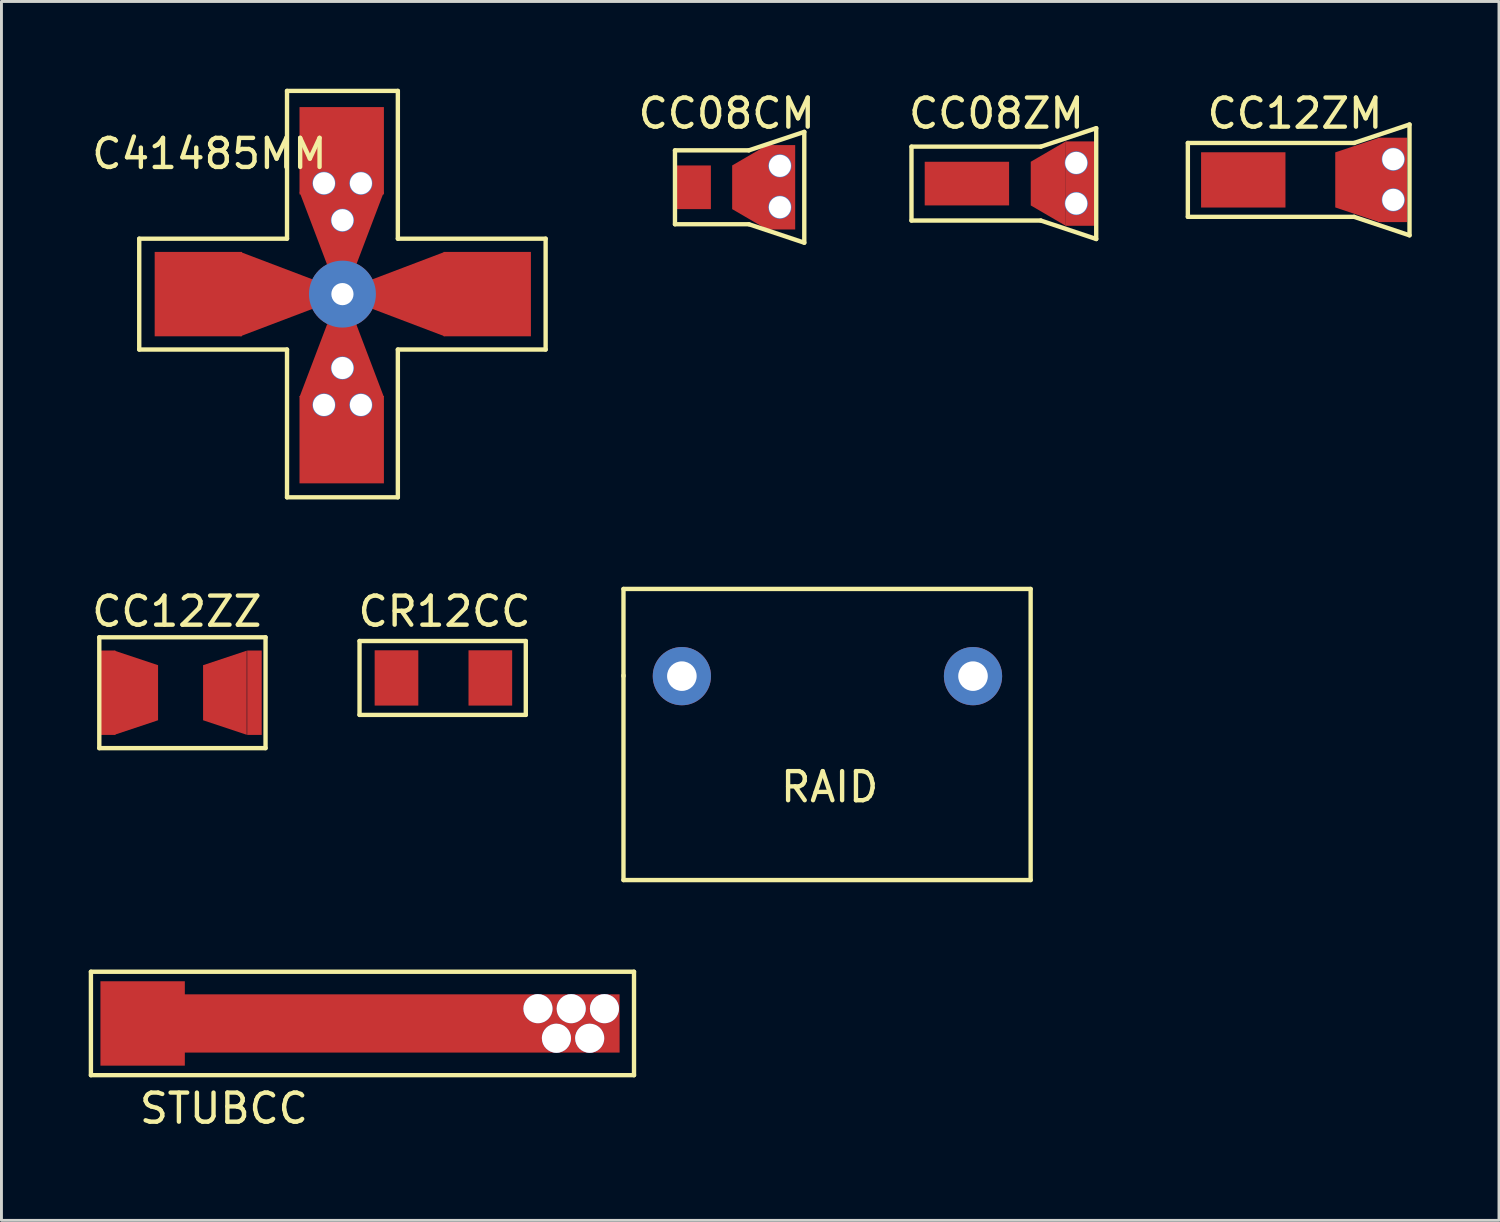
<source format=kicad_pcb>
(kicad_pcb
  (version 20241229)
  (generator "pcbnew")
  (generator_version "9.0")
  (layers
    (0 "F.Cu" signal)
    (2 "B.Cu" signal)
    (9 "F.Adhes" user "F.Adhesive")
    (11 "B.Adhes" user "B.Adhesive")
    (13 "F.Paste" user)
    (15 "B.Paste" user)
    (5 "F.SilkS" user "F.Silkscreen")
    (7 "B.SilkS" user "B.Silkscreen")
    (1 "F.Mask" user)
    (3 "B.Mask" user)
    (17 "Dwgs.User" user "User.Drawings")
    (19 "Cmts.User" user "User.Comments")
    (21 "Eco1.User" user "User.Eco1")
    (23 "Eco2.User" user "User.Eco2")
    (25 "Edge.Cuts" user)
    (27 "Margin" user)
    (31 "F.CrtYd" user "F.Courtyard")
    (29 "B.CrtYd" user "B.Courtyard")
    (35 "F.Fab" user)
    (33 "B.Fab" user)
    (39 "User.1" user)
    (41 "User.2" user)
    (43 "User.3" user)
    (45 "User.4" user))
  (footprint "RAID"
    (layer "F.Cu")
    (at 26.104 22.097)
    (property "Reference" "RAID" (at -0.635 1.905 0) (layer "F.SilkS") (effects (font (size 1 1) (thickness 0.15))))
    (attr through_hole)
    (fp_line (start -7.722 -4.902) (end 6.274 -4.902) (stroke (width 0.15) (type solid)) (layer "F.SilkS"))
    (fp_line (start -7.722 -1.905) (end -7.722 -4.902) (stroke (width 0.15) (type solid)) (layer "F.SilkS"))
    (fp_line (start -7.722 5.105) (end -7.722 -1.93) (stroke (width 0.15) (type solid)) (layer "F.SilkS"))
    (fp_line (start 6.274 -4.902) (end 6.274 5.105) (stroke (width 0.15) (type solid)) (layer "F.SilkS"))
    (fp_line (start 6.274 5.105) (end -7.722 5.105) (stroke (width 0.15) (type solid)) (layer "F.SilkS"))
    (pad "" thru_hole circle (at -5.715 -1.905) (size 2.002 2.002) (drill 1.016) (layers "*.Cu" "*.Mask"))
    (pad "" thru_hole circle (at 4.293 -1.905) (size 2.002 2.002) (drill 1.016) (layers "*.Cu" "*.Mask")))
  (footprint "STUBCC"
    (layer "F.Cu")
    (at 9.473 32.131)
    (property "Reference" "STUBCC" (at -4.826 2.921 0) (layer "F.SilkS") (effects (font (size 1 1) (thickness 0.15))))
    (attr through_hole)
    (fp_line (start -9.398 -1.778) (end -9.398 1.778) (stroke (width 0.15) (type solid)) (layer "F.SilkS"))
    (fp_line (start -9.398 1.778) (end 9.271 1.778) (stroke (width 0.15) (type solid)) (layer "F.SilkS"))
    (fp_line (start 9.271 -1.778) (end -9.398 -1.778) (stroke (width 0.15) (type solid)) (layer "F.SilkS"))
    (fp_line (start 9.271 -1.778) (end 9.271 1.778) (stroke (width 0.15) (type solid)) (layer "F.SilkS"))
    (pad "1" smd rect (at -7.62 0) (size 2.901 2.901) (layers "F.Cu" "F.Mask" "F.Paste"))
    (pad "2" smd rect (at 1.27 0) (size 15.011 2.002) (layers "F.Cu" "F.Mask" "F.Paste"))
    (pad "2" thru_hole circle (at 5.969 -0.508) (size 1.001 1.001) (drill 1.016) (layers "*.Cu" "*.Mask"))
    (pad "2" thru_hole circle (at 6.604 0.508) (size 1.001 1.001) (drill 1.016) (layers "*.Cu" "*.Mask"))
    (pad "2" thru_hole circle (at 7.112 -0.508) (size 1.001 1.001) (drill 1.016) (layers "*.Cu" "*.Mask"))
    (pad "2" thru_hole circle (at 7.747 0.508) (size 1.001 1.001) (drill 1.016) (layers "*.Cu" "*.Mask"))
    (pad "2" thru_hole circle (at 8.255 -0.508) (size 1.001 1.001) (drill 1.016) (layers "*.Cu" "*.Mask")))
  (footprint "CR12CC"
    (layer "F.Cu")
    (at 11.849 20.254)
    (property "Reference" "CR12CC" (at 0.381 -2.286 0) (layer "F.SilkS") (effects (font (size 1 1) (thickness 0.15))))
    (attr through_hole)
    (fp_line (start -2.54 -1.27) (end 3.175 -1.27) (stroke (width 0.15) (type solid)) (layer "F.SilkS"))
    (fp_line (start -2.54 1.27) (end -2.54 -1.27) (stroke (width 0.15) (type solid)) (layer "F.SilkS"))
    (fp_line (start 3.175 -1.27) (end 3.175 1.27) (stroke (width 0.15) (type solid)) (layer "F.SilkS"))
    (fp_line (start 3.175 1.27) (end -2.54 1.27) (stroke (width 0.15) (type solid)) (layer "F.SilkS"))
    (pad "1" smd rect (at -1.27 0) (size 1.501 1.9) (layers "F.Cu" "F.Mask" "F.Paste"))
    (pad "2" smd rect (at 1.956 0) (size 1.501 1.9) (layers "F.Cu" "F.Mask" "F.Paste")))
  (footprint "CC08ZM"
    (layer "F.Cu")
    (at 32.727 3.261)
    (property "Reference" "CC08ZM" (at -1.524 -2.413 0) (layer "F.SilkS") (effects (font (size 1 1) (thickness 0.15))))
    (attr through_hole)
    (fp_line (start -4.445 -1.27) (end -4.445 1.27) (stroke (width 0.15) (type solid)) (layer "F.SilkS"))
    (fp_line (start -4.445 -1.27) (end 0 -1.27) (stroke (width 0.15) (type solid)) (layer "F.SilkS"))
    (fp_line (start -4.445 1.27) (end 0 1.27) (stroke (width 0.15) (type solid)) (layer "F.SilkS"))
    (fp_line (start 0 -1.27) (end 1.905 -1.905) (stroke (width 0.15) (type solid)) (layer "F.SilkS"))
    (fp_line (start 1.905 -1.905) (end 1.905 1.905) (stroke (width 0.15) (type solid)) (layer "F.SilkS"))
    (fp_line (start 1.905 1.905) (end 0 1.27) (stroke (width 0.15) (type solid)) (layer "F.SilkS"))
    (pad "1" smd rect (at -2.54 0) (size 2.901 1.501) (layers "F.Cu" "F.Mask" "F.Paste"))
    (pad "2" smd trapezoid (at 0.254 0) (size 1.199 2.2) (rect_delta -0.699 0) (layers "F.Cu" "F.Mask" "F.Paste"))
    (pad "2" thru_hole circle (at 1.219 -0.711) (size 0.8 0.8) (drill 0.762) (layers "*.Cu" "*.Mask"))
    (pad "2" thru_hole circle (at 1.219 0.686) (size 0.8 0.8) (drill 0.762) (layers "*.Cu" "*.Mask"))
    (pad "2" smd rect (at 1.346 0) (size 1.001 2.901) (layers "F.Cu" "F.Mask" "F.Paste")))
  (footprint "CC08CM"
    (layer "F.Cu")
    (at 22.057 3.388)
    (property "Reference" "CC08CM" (at -0.127 -2.54 0) (layer "F.SilkS") (effects (font (size 1 1) (thickness 0.15))))
    (attr through_hole)
    (fp_line (start -1.905 -1.27) (end -1.905 1.27) (stroke (width 0.15) (type solid)) (layer "F.SilkS"))
    (fp_line (start -1.905 1.27) (end 0.635 1.27) (stroke (width 0.15) (type solid)) (layer "F.SilkS"))
    (fp_line (start 0.635 -1.27) (end -1.905 -1.27) (stroke (width 0.15) (type solid)) (layer "F.SilkS"))
    (fp_line (start 0.635 1.27) (end 2.54 1.905) (stroke (width 0.15) (type solid)) (layer "F.SilkS"))
    (fp_line (start 2.54 -1.905) (end 0.635 -1.27) (stroke (width 0.15) (type solid)) (layer "F.SilkS"))
    (fp_line (start 2.54 1.905) (end 2.54 -1.905) (stroke (width 0.15) (type solid)) (layer "F.SilkS"))
    (pad "1" smd rect (at -1.27 0) (size 1.199 1.501) (layers "F.Cu" "F.Mask" "F.Paste"))
    (pad "2" smd trapezoid (at 0.66 0) (size 1.199 2.2) (rect_delta -0.699 0) (layers "F.Cu" "F.Mask" "F.Paste"))
    (pad "2" thru_hole circle (at 1.702 -0.737) (size 0.8 0.8) (drill 0.762) (layers "*.Cu" "*.Mask"))
    (pad "2" thru_hole circle (at 1.702 0.686) (size 0.8 0.8) (drill 0.762) (layers "*.Cu" "*.Mask"))
    (pad "2" smd rect (at 1.727 0) (size 1.001 2.901) (layers "F.Cu" "F.Mask" "F.Paste")))
  (footprint "CC12ZM"
    (layer "F.Cu")
    (at 42.227 3.134)
    (property "Reference" "CC12ZM" (at -0.762 -2.286 0) (layer "F.SilkS") (effects (font (size 1 1) (thickness 0.15))))
    (attr through_hole)
    (fp_line (start -4.445 -1.27) (end -4.445 1.27) (stroke (width 0.15) (type solid)) (layer "F.SilkS"))
    (fp_line (start -4.445 -1.27) (end 1.27 -1.27) (stroke (width 0.15) (type solid)) (layer "F.SilkS"))
    (fp_line (start -4.445 1.27) (end 1.27 1.27) (stroke (width 0.15) (type solid)) (layer "F.SilkS"))
    (fp_line (start 1.27 -1.27) (end 3.175 -1.905) (stroke (width 0.15) (type solid)) (layer "F.SilkS"))
    (fp_line (start 1.27 1.27) (end 3.175 1.905) (stroke (width 0.15) (type solid)) (layer "F.SilkS"))
    (fp_line (start 3.175 -1.905) (end 3.175 1.905) (stroke (width 0.15) (type solid)) (layer "F.SilkS"))
    (pad "1" smd rect (at -2.54 0) (size 2.901 1.9) (layers "F.Cu" "F.Mask" "F.Paste"))
    (pad "2" smd trapezoid (at 1.372 0) (size 1.501 2.393) (rect_delta -0.5 0) (layers "F.Cu" "F.Mask" "F.Paste"))
    (pad "2" smd rect (at 2.591 0) (size 1.001 2.901) (layers "F.Cu" "F.Mask" "F.Paste"))
    (pad "2" thru_hole circle (at 2.616 -0.711) (size 0.8 0.8) (drill 0.762) (layers "*.Cu" "*.Mask"))
    (pad "2" thru_hole circle (at 2.616 0.686) (size 0.8 0.8) (drill 0.762) (layers "*.Cu" "*.Mask")))
  (footprint "C41485MM"
    (layer "F.Cu")
    (at 8.721 7.06)
    (property "Reference" "C41485MM" (at -4.572 -4.826 0) (layer "F.SilkS") (effects (font (size 1 1) (thickness 0.15))))
    (attr through_hole)
    (fp_line (start -6.985 -1.905) (end -6.985 1.905) (stroke (width 0.15) (type solid)) (layer "F.SilkS"))
    (fp_line (start -6.985 1.905) (end -1.905 1.905) (stroke (width 0.15) (type solid)) (layer "F.SilkS"))
    (fp_line (start -1.905 -6.985) (end -1.905 -1.905) (stroke (width 0.15) (type solid)) (layer "F.SilkS"))
    (fp_line (start -1.905 -1.905) (end -6.985 -1.905) (stroke (width 0.15) (type solid)) (layer "F.SilkS"))
    (fp_line (start -1.905 1.905) (end -1.905 6.985) (stroke (width 0.15) (type solid)) (layer "F.SilkS"))
    (fp_line (start -1.905 6.985) (end 1.905 6.985) (stroke (width 0.15) (type solid)) (layer "F.SilkS"))
    (fp_line (start 1.905 -6.985) (end -1.905 -6.985) (stroke (width 0.15) (type solid)) (layer "F.SilkS"))
    (fp_line (start 1.905 -1.905) (end 1.905 -6.985) (stroke (width 0.15) (type solid)) (layer "F.SilkS"))
    (fp_line (start 1.905 1.905) (end 6.985 1.905) (stroke (width 0.15) (type solid)) (layer "F.SilkS"))
    (fp_line (start 1.905 6.985) (end 1.905 1.905) (stroke (width 0.15) (type solid)) (layer "F.SilkS"))
    (fp_line (start 6.985 -1.905) (end 1.905 -1.905) (stroke (width 0.15) (type solid)) (layer "F.SilkS"))
    (fp_line (start 6.985 1.905) (end 6.985 -1.905) (stroke (width 0.15) (type solid)) (layer "F.SilkS"))
    (pad "" thru_hole circle (at 0 0) (size 2.301 2.301) (drill 0.762) (layers "*.Cu" "*.Mask"))
    (pad "1" smd rect (at -4.953 0) (size 3.002 2.901) (layers "F.Cu" "F.Mask" "F.Paste" "In14.Cu"))
    (pad "1" smd trapezoid (at -2.261 0) (size 2.502 1.951) (rect_delta 0.95 0) (layers "F.Cu" "F.Mask" "F.Paste" "In14.Cu"))
    (pad "2" thru_hole circle (at -0.635 3.81) (size 0.8 0.8) (drill 0.762) (layers "*.Cu" "*.Mask"))
    (pad "2" smd trapezoid (at -0.025 2.286) (size 1.951 2.502) (rect_delta 0 0.95) (layers "F.Cu" "F.Mask" "F.Paste" "In14.Cu"))
    (pad "2" smd rect (at -0.025 5.004) (size 2.901 3.002) (layers "F.Cu" "F.Mask" "F.Paste" "In10.Cu" "In13.Cu" "In14.Cu"))
    (pad "2" thru_hole circle (at 0 2.54) (size 0.8 0.8) (drill 0.762) (layers "*.Cu" "*.Mask"))
    (pad "2" thru_hole circle (at 0.635 3.81) (size 0.8 0.8) (drill 0.762) (layers "*.Cu" "*.Mask"))
    (pad "3" smd trapezoid (at 2.261 0) (size 2.502 1.951) (rect_delta -0.95 0) (layers "F.Cu" "F.Mask" "F.Paste" "In14.Cu"))
    (pad "3" smd rect (at 4.978 0) (size 3.002 2.901) (layers "F.Cu" "F.Mask" "F.Paste" "In14.Cu"))
    (pad "4" thru_hole circle (at -0.635 -3.81) (size 0.8 0.8) (drill 0.762) (layers "*.Cu" "*.Mask"))
    (pad "4" smd rect (at -0.025 -4.928) (size 2.901 3.002) (layers "F.Cu" "F.Mask" "F.Paste" "In10.Cu" "In13.Cu" "In14.Cu"))
    (pad "4" smd trapezoid (at -0.025 -2.261) (size 1.951 2.502) (rect_delta 0 -0.95) (layers "F.Cu" "F.Mask" "F.Paste" "In14.Cu"))
    (pad "4" thru_hole circle (at 0 -2.54) (size 0.8 0.8) (drill 0.762) (layers "*.Cu" "*.Mask"))
    (pad "4" thru_hole circle (at 0.635 -3.81) (size 0.8 0.8) (drill 0.762) (layers "*.Cu" "*.Mask")))
  (footprint "CC12ZZ"
    (layer "F.Cu")
    (at 3.157 20.762)
    (property "Reference" "CC12ZZ" (at -0.127 -2.794 0) (layer "F.SilkS") (effects (font (size 1 1) (thickness 0.15))))
    (attr through_hole)
    (fp_line (start -2.794 -1.905) (end 2.921 -1.905) (stroke (width 0.15) (type solid)) (layer "F.SilkS"))
    (fp_line (start -2.794 1.905) (end -2.794 -1.905) (stroke (width 0.15) (type solid)) (layer "F.SilkS"))
    (fp_line (start 2.921 -1.905) (end 2.921 1.905) (stroke (width 0.15) (type solid)) (layer "F.SilkS"))
    (fp_line (start 2.921 1.905) (end -2.794 1.905) (stroke (width 0.15) (type solid)) (layer "F.SilkS"))
    (pad "1" smd rect (at -2.489 0) (size 0.5 2.901) (layers "F.Cu" "F.Mask" "F.Paste"))
    (pad "1" smd trapezoid (at -1.524 0) (size 1.501 2.393) (rect_delta 0.5 0) (layers "F.Cu" "F.Mask" "F.Paste"))
    (pad "2" smd trapezoid (at 1.524 0) (size 1.501 2.393) (rect_delta -0.5 0) (layers "F.Cu" "F.Mask" "F.Paste"))
    (pad "2" smd rect (at 2.54 0) (size 0.5 2.901) (layers "F.Cu" "F.Mask" "F.Paste")))
  (gr_rect
    (start -3 -3)
    (end 48.477 38.9)
    (stroke (width 0.1) (type default))
    (fill no)
    (layer "Edge.Cuts")))
</source>
